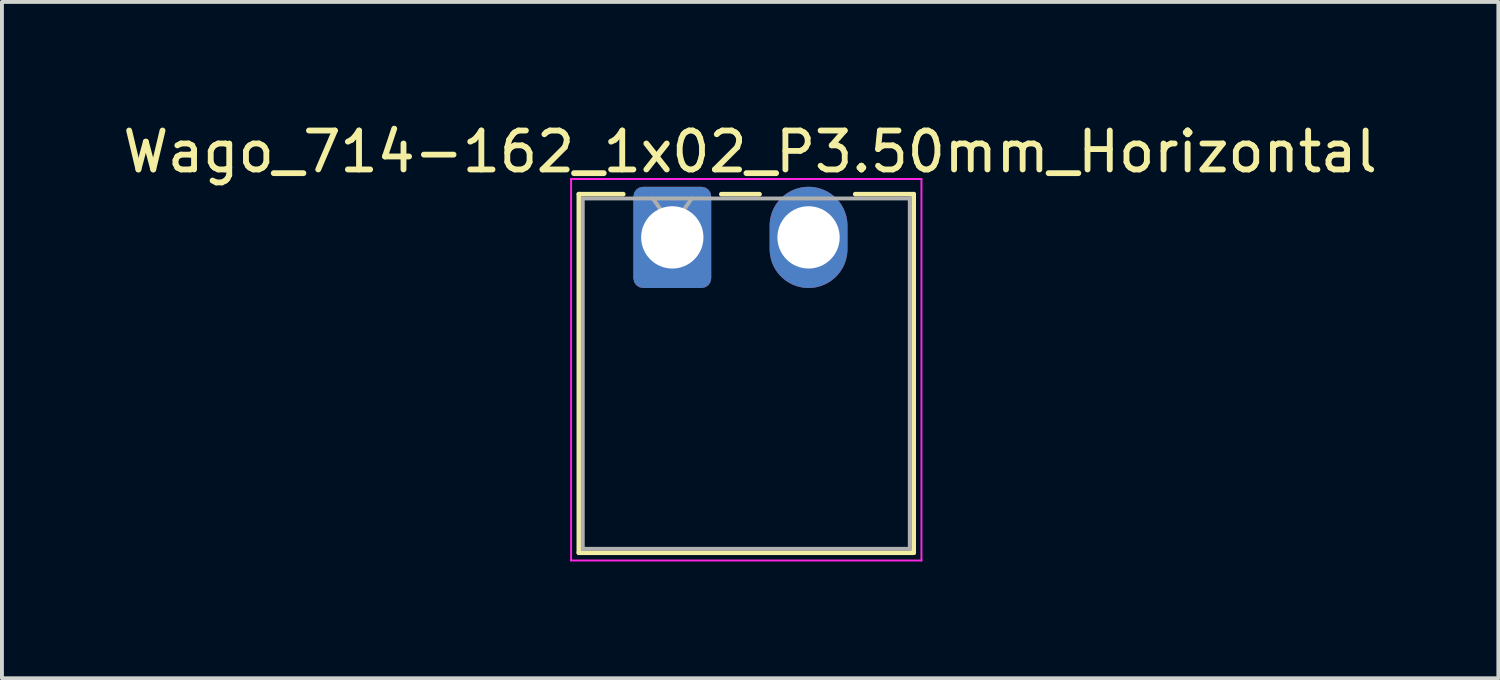
<source format=kicad_pcb>
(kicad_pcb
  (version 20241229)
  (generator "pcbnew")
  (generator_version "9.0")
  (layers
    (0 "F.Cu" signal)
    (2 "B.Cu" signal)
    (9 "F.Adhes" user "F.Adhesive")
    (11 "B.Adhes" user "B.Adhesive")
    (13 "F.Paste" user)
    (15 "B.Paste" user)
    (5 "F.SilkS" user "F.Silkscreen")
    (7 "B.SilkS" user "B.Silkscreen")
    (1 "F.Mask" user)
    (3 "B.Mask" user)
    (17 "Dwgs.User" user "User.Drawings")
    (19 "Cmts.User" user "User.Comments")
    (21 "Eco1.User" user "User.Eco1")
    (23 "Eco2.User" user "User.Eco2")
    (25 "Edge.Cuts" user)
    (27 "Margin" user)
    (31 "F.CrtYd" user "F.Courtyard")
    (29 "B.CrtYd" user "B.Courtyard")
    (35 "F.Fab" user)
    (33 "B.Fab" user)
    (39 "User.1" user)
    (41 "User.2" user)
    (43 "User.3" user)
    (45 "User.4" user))
  (footprint "Wago_714-162_1x02_P3.50mm_Horizontal"
    (layer "F.Cu")
    (at 14.22 3.048)
    (property "Reference" "Wago_714-162_1x02_P3.50mm_Horizontal" (at 2 -2.2 0) (layer "F.SilkS") (effects (font (size 1 1) (thickness 0.15))))
    (attr through_hole)
    (fp_line (start -2.4 -1.11) (end -2.4 8.1) (stroke (width 0.12) (type solid)) (layer "F.SilkS"))
    (fp_line (start -2.4 8.1) (end 6.2 8.1) (stroke (width 0.12) (type solid)) (layer "F.SilkS"))
    (fp_line (start -1.26 -1.11) (end -2.4 -1.11) (stroke (width 0.12) (type solid)) (layer "F.SilkS"))
    (fp_line (start 1.26 -1.11) (end 2.24 -1.11) (stroke (width 0.12) (type solid)) (layer "F.SilkS"))
    (fp_line (start 6.2 -1.11) (end 4.7 -1.11) (stroke (width 0.12) (type solid)) (layer "F.SilkS"))
    (fp_line (start 6.2 8.1) (end 6.2 -1.11) (stroke (width 0.12) (type solid)) (layer "F.SilkS"))
    (fp_line (start -2.6 -1.5) (end -2.6 8.3) (stroke (width 0.05) (type solid)) (layer "F.CrtYd"))
    (fp_line (start -2.6 8.3) (end 6.4 8.3) (stroke (width 0.05) (type solid)) (layer "F.CrtYd"))
    (fp_line (start 6.4 -1.5) (end -2.6 -1.5) (stroke (width 0.05) (type solid)) (layer "F.CrtYd"))
    (fp_line (start 6.4 8.3) (end 6.4 -1.5) (stroke (width 0.05) (type solid)) (layer "F.CrtYd"))
    (fp_line (start -2.3 -1) (end -2.3 8) (stroke (width 0.1) (type solid)) (layer "F.Fab"))
    (fp_line (start -2.3 8) (end 6.1 8) (stroke (width 0.1) (type solid)) (layer "F.Fab"))
    (fp_line (start -0.5 -1) (end 0 -0.293) (stroke (width 0.1) (type solid)) (layer "F.Fab"))
    (fp_line (start 0 -0.293) (end 0.5 -1) (stroke (width 0.1) (type solid)) (layer "F.Fab"))
    (fp_line (start 6.1 -1) (end -2.3 -1) (stroke (width 0.1) (type solid)) (layer "F.Fab"))
    (fp_line (start 6.1 8) (end 6.1 -1) (stroke (width 0.1) (type solid)) (layer "F.Fab"))
    (pad "1" thru_hole roundrect (at 0 0) (size 2 2.6) (drill 1.6) (layers "*.Cu" "*.Mask") (roundrect_rratio 0.125))
    (pad "2" thru_hole oval (at 3.5 0) (size 2 2.6) (drill 1.6) (layers "*.Cu" "*.Mask")))
  (gr_rect
    (start -3 -3)
    (end 35.44 14.373)
    (stroke (width 0.1) (type default))
    (fill no)
    (layer "Edge.Cuts")))
</source>
